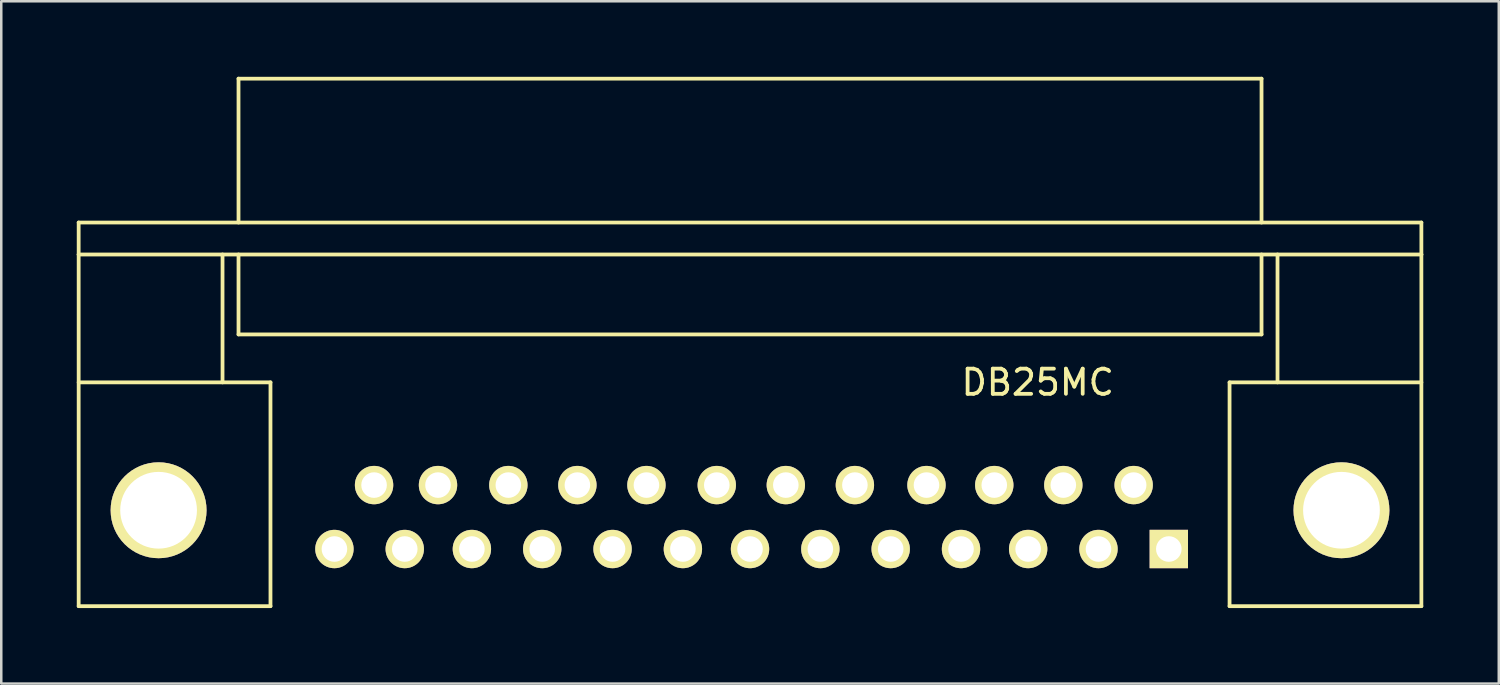
<source format=kicad_pcb>
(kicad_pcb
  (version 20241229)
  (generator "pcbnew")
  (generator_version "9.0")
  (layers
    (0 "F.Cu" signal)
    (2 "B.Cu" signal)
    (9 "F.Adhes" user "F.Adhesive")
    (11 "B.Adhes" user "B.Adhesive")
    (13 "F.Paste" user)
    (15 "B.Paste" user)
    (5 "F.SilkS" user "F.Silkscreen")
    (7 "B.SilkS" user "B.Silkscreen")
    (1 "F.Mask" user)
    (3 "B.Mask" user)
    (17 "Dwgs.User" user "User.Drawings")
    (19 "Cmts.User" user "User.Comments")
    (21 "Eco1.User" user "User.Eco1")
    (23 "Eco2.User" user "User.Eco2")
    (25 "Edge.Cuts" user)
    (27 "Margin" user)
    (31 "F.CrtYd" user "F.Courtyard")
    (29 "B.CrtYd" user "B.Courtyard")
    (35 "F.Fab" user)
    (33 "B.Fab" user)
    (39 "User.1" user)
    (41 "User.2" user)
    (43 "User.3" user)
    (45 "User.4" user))
  (footprint "DB25MC"
    (layer "F.Cu")
    (at 26.745 18.49)
    (property "Reference" "DB25MC" (at 11.43 -6.35 0) (layer "F.SilkS") (effects (font (size 1 1) (thickness 0.15))))
    (attr through_hole)
    (fp_line (start -26.67 -12.7) (end -26.67 -11.43) (stroke (width 0.15) (type solid)) (layer "F.SilkS"))
    (fp_line (start -26.67 -11.43) (end 26.67 -11.43) (stroke (width 0.15) (type solid)) (layer "F.SilkS"))
    (fp_line (start -26.67 -6.35) (end -19.05 -6.35) (stroke (width 0.15) (type solid)) (layer "F.SilkS"))
    (fp_line (start -26.67 2.54) (end -26.67 -11.43) (stroke (width 0.15) (type solid)) (layer "F.SilkS"))
    (fp_line (start -26.67 2.54) (end -19.05 2.54) (stroke (width 0.15) (type solid)) (layer "F.SilkS"))
    (fp_line (start -20.955 -11.43) (end -20.955 -6.35) (stroke (width 0.15) (type solid)) (layer "F.SilkS"))
    (fp_line (start -20.32 -18.415) (end -20.32 -12.7) (stroke (width 0.15) (type solid)) (layer "F.SilkS"))
    (fp_line (start -20.32 -18.415) (end 20.32 -18.415) (stroke (width 0.15) (type solid)) (layer "F.SilkS"))
    (fp_line (start -20.32 -8.255) (end -20.32 -11.43) (stroke (width 0.15) (type solid)) (layer "F.SilkS"))
    (fp_line (start -20.32 -8.255) (end 20.32 -8.255) (stroke (width 0.15) (type solid)) (layer "F.SilkS"))
    (fp_line (start -19.05 -6.35) (end -19.05 2.54) (stroke (width 0.15) (type solid)) (layer "F.SilkS"))
    (fp_line (start 19.05 -6.35) (end 19.05 2.54) (stroke (width 0.15) (type solid)) (layer "F.SilkS"))
    (fp_line (start 19.05 2.54) (end 26.67 2.54) (stroke (width 0.15) (type solid)) (layer "F.SilkS"))
    (fp_line (start 20.32 -18.415) (end 20.32 -12.7) (stroke (width 0.15) (type solid)) (layer "F.SilkS"))
    (fp_line (start 20.32 -8.255) (end 20.32 -11.43) (stroke (width 0.15) (type solid)) (layer "F.SilkS"))
    (fp_line (start 20.955 -11.43) (end 20.955 -6.35) (stroke (width 0.15) (type solid)) (layer "F.SilkS"))
    (fp_line (start 26.67 -12.7) (end -26.67 -12.7) (stroke (width 0.15) (type solid)) (layer "F.SilkS"))
    (fp_line (start 26.67 -11.43) (end 26.67 -12.7) (stroke (width 0.15) (type solid)) (layer "F.SilkS"))
    (fp_line (start 26.67 -11.43) (end 26.67 2.54) (stroke (width 0.15) (type solid)) (layer "F.SilkS"))
    (fp_line (start 26.67 -6.35) (end 19.05 -6.35) (stroke (width 0.15) (type solid)) (layer "F.SilkS"))
    (pad "" thru_hole circle (at -23.495 -1.27) (size 3.81 3.81) (drill 3.048) (layers "*.Cu" "*.Mask" "F.SilkS"))
    (pad "" thru_hole circle (at 23.495 -1.27) (size 3.81 3.81) (drill 3.048) (layers "*.Cu" "*.Mask" "F.SilkS"))
    (pad "1" thru_hole rect (at 16.637 0.27) (size 1.524 1.524) (drill 1.016) (layers "*.Cu" "*.Mask" "F.SilkS"))
    (pad "2" thru_hole circle (at 13.843 0.27) (size 1.524 1.524) (drill 1.016) (layers "*.Cu" "*.Mask" "F.SilkS"))
    (pad "3" thru_hole circle (at 11.049 0.27) (size 1.524 1.524) (drill 1.016) (layers "*.Cu" "*.Mask" "F.SilkS"))
    (pad "4" thru_hole circle (at 8.382 0.27) (size 1.524 1.524) (drill 1.016) (layers "*.Cu" "*.Mask" "F.SilkS"))
    (pad "5" thru_hole circle (at 5.588 0.27) (size 1.524 1.524) (drill 1.016) (layers "*.Cu" "*.Mask" "F.SilkS"))
    (pad "6" thru_hole circle (at 2.794 0.27) (size 1.524 1.524) (drill 1.016) (layers "*.Cu" "*.Mask" "F.SilkS"))
    (pad "7" thru_hole circle (at 0 0.27) (size 1.524 1.524) (drill 1.016) (layers "*.Cu" "*.Mask" "F.SilkS"))
    (pad "8" thru_hole circle (at -2.667 0.27) (size 1.524 1.524) (drill 1.016) (layers "*.Cu" "*.Mask" "F.SilkS"))
    (pad "9" thru_hole circle (at -5.461 0.27) (size 1.524 1.524) (drill 1.016) (layers "*.Cu" "*.Mask" "F.SilkS"))
    (pad "10" thru_hole circle (at -8.255 0.27) (size 1.524 1.524) (drill 1.016) (layers "*.Cu" "*.Mask" "F.SilkS"))
    (pad "11" thru_hole circle (at -11.049 0.27) (size 1.524 1.524) (drill 1.016) (layers "*.Cu" "*.Mask" "F.SilkS"))
    (pad "12" thru_hole circle (at -13.716 0.27) (size 1.524 1.524) (drill 1.016) (layers "*.Cu" "*.Mask" "F.SilkS"))
    (pad "13" thru_hole circle (at -16.51 0.27) (size 1.524 1.524) (drill 1.016) (layers "*.Cu" "*.Mask" "F.SilkS"))
    (pad "14" thru_hole circle (at 15.24 -2.27) (size 1.524 1.524) (drill 1.016) (layers "*.Cu" "*.Mask" "F.SilkS"))
    (pad "15" thru_hole circle (at 12.446 -2.27) (size 1.524 1.524) (drill 1.016) (layers "*.Cu" "*.Mask" "F.SilkS"))
    (pad "16" thru_hole circle (at 9.703 -2.27) (size 1.524 1.524) (drill 1.016) (layers "*.Cu" "*.Mask" "F.SilkS"))
    (pad "17" thru_hole circle (at 7.01 -2.27) (size 1.524 1.524) (drill 1.016) (layers "*.Cu" "*.Mask" "F.SilkS"))
    (pad "18" thru_hole circle (at 4.166 -2.27) (size 1.524 1.524) (drill 1.016) (layers "*.Cu" "*.Mask" "F.SilkS"))
    (pad "19" thru_hole circle (at 1.422 -2.27) (size 1.524 1.524) (drill 1.016) (layers "*.Cu" "*.Mask" "F.SilkS"))
    (pad "20" thru_hole circle (at -1.321 -2.27) (size 1.524 1.524) (drill 1.016) (layers "*.Cu" "*.Mask" "F.SilkS"))
    (pad "21" thru_hole circle (at -4.115 -2.27) (size 1.524 1.524) (drill 1.016) (layers "*.Cu" "*.Mask" "F.SilkS"))
    (pad "22" thru_hole circle (at -6.858 -2.27) (size 1.524 1.524) (drill 1.016) (layers "*.Cu" "*.Mask" "F.SilkS"))
    (pad "23" thru_hole circle (at -9.601 -2.27) (size 1.524 1.524) (drill 1.016) (layers "*.Cu" "*.Mask" "F.SilkS"))
    (pad "24" thru_hole circle (at -12.395 -2.27) (size 1.524 1.524) (drill 1.016) (layers "*.Cu" "*.Mask" "F.SilkS"))
    (pad "25" thru_hole circle (at -14.935 -2.27) (size 1.524 1.524) (drill 1.016) (layers "*.Cu" "*.Mask" "F.SilkS")))
  (gr_rect
    (start -3 -3)
    (end 56.49 24.105)
    (stroke (width 0.1) (type default))
    (fill no)
    (layer "Edge.Cuts")))
</source>
